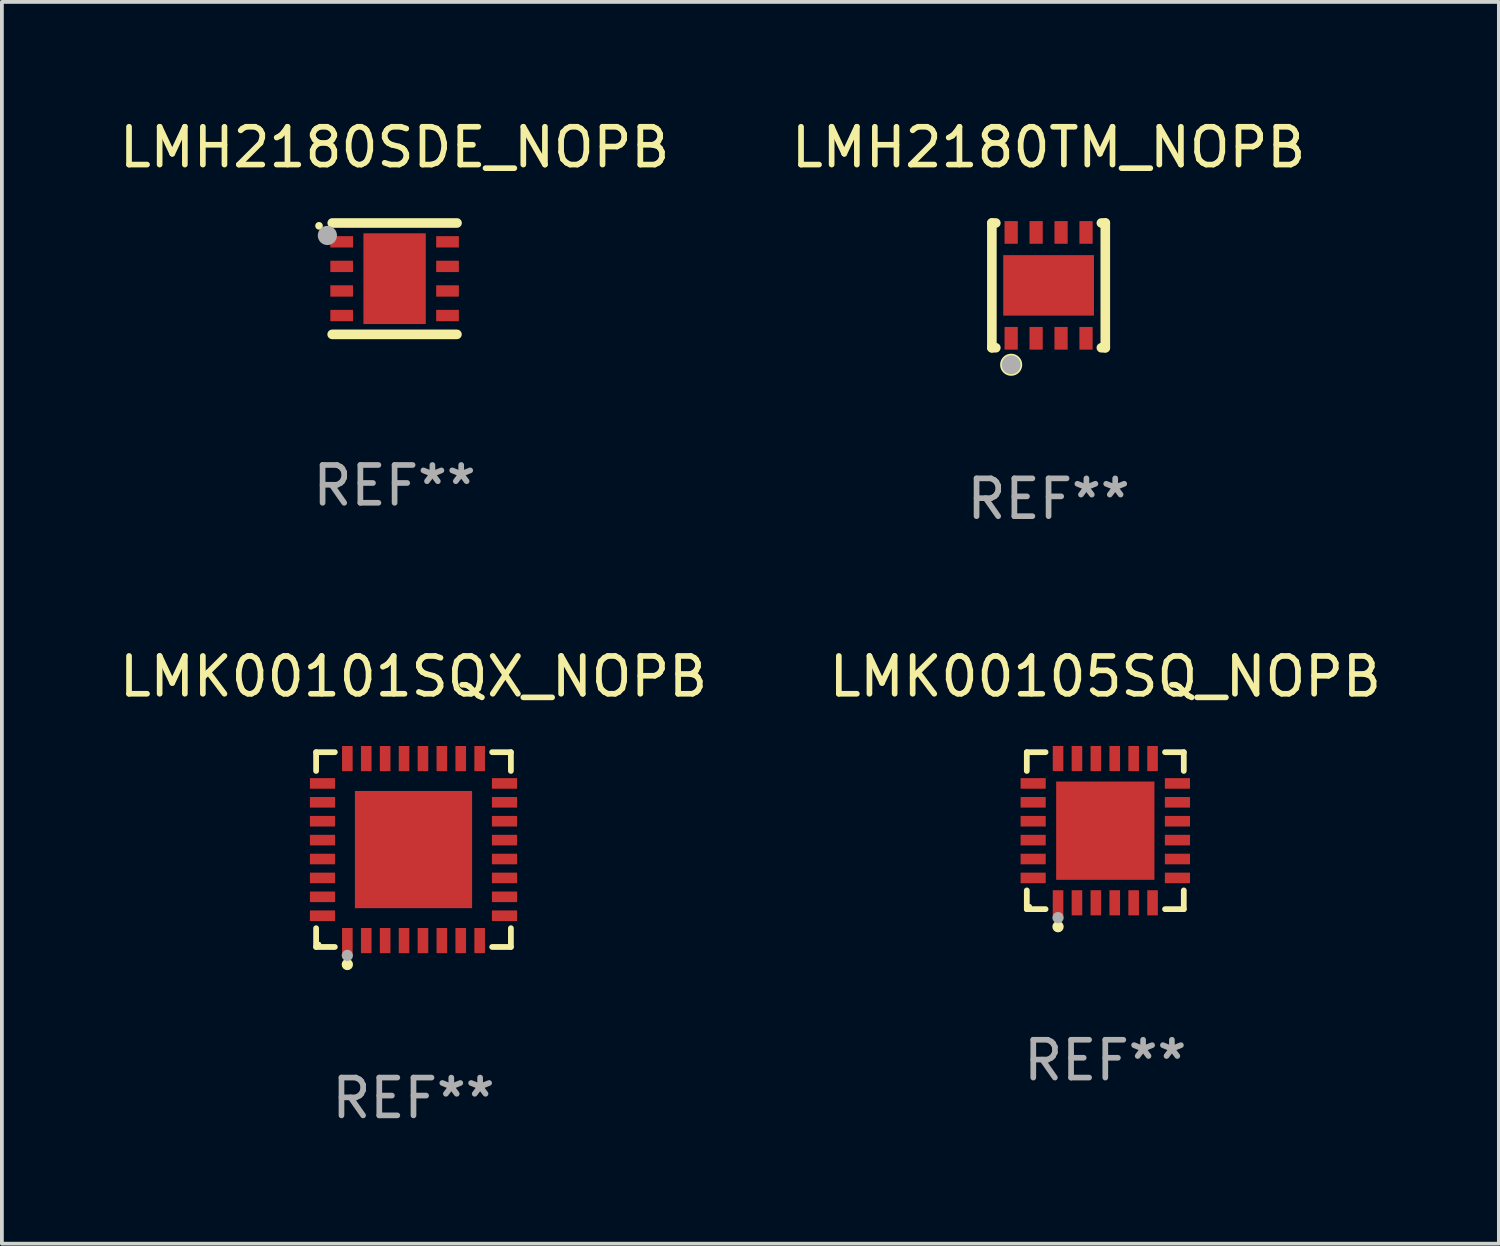
<source format=kicad_pcb>
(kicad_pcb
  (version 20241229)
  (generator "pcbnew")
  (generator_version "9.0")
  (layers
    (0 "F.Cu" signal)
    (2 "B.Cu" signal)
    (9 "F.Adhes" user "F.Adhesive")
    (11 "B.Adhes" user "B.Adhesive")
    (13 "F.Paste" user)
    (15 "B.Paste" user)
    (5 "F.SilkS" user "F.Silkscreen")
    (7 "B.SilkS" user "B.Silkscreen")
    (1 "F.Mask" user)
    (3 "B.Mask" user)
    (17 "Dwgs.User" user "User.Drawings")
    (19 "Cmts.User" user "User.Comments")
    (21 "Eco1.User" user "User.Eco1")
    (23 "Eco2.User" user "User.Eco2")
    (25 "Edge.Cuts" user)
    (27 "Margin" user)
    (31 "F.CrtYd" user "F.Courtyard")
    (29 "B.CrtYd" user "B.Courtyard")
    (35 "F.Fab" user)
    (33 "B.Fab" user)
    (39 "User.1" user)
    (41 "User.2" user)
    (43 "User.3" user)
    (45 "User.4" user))
  (footprint "LMK00101SQX_NOPB"
    (layer "F.Cu")
    (at 7.887 19.421)
    (property "Reference" "LMK00101SQX_NOPB" (at 0 -4.576 0) (layer "F.SilkS") (effects (font (size 1 1) (thickness 0.15))))
    (attr through_hole)
    (fp_line (start -2.576 -2.576) (end -2.08 -2.576) (stroke (width 0.152) (type solid)) (layer "F.SilkS"))
    (fp_line (start -2.576 -2.08) (end -2.576 -2.576) (stroke (width 0.152) (type solid)) (layer "F.SilkS"))
    (fp_line (start -2.576 2.08) (end -2.576 2.576) (stroke (width 0.152) (type solid)) (layer "F.SilkS"))
    (fp_line (start -2.576 2.576) (end -2.08 2.576) (stroke (width 0.152) (type solid)) (layer "F.SilkS"))
    (fp_line (start 2.576 -2.576) (end 2.08 -2.576) (stroke (width 0.152) (type solid)) (layer "F.SilkS"))
    (fp_line (start 2.576 -2.08) (end 2.576 -2.576) (stroke (width 0.152) (type solid)) (layer "F.SilkS"))
    (fp_line (start 2.576 2.08) (end 2.576 2.576) (stroke (width 0.152) (type solid)) (layer "F.SilkS"))
    (fp_line (start 2.576 2.576) (end 2.08 2.576) (stroke (width 0.152) (type solid)) (layer "F.SilkS"))
    (fp_circle (center -2.5 2.5) (end -2.47 2.5) (stroke (width 0.06) (type solid)) (fill no) (layer "F.SilkS"))
    (fp_circle (center -1.75 3.04) (end -1.675 3.04) (stroke (width 0.15) (type solid)) (fill no) (layer "F.SilkS"))
    (fp_circle (center -1.75 2.8) (end -1.675 2.8) (stroke (width 0.15) (type solid)) (fill no) (layer "F.Fab"))
    (fp_text user "REF**" (at 0 6.576 0) (layer "F.Fab") (effects (font (size 1 1) (thickness 0.15))))
    (pad "1" smd rect (at -1.75 2.407) (size 0.28 0.665) (layers "F.Cu" "F.Mask" "F.Paste"))
    (pad "2" smd rect (at -1.25 2.407) (size 0.28 0.665) (layers "F.Cu" "F.Mask" "F.Paste"))
    (pad "3" smd rect (at -0.75 2.407) (size 0.28 0.665) (layers "F.Cu" "F.Mask" "F.Paste"))
    (pad "4" smd rect (at -0.25 2.407) (size 0.28 0.665) (layers "F.Cu" "F.Mask" "F.Paste"))
    (pad "5" smd rect (at 0.25 2.407) (size 0.28 0.665) (layers "F.Cu" "F.Mask" "F.Paste"))
    (pad "6" smd rect (at 0.75 2.407) (size 0.28 0.665) (layers "F.Cu" "F.Mask" "F.Paste"))
    (pad "7" smd rect (at 1.25 2.407) (size 0.28 0.665) (layers "F.Cu" "F.Mask" "F.Paste"))
    (pad "8" smd rect (at 1.75 2.407) (size 0.28 0.665) (layers "F.Cu" "F.Mask" "F.Paste"))
    (pad "9" smd rect (at 2.407 1.75) (size 0.665 0.28) (layers "F.Cu" "F.Mask" "F.Paste"))
    (pad "10" smd rect (at 2.407 1.25) (size 0.665 0.28) (layers "F.Cu" "F.Mask" "F.Paste"))
    (pad "11" smd rect (at 2.407 0.75) (size 0.665 0.28) (layers "F.Cu" "F.Mask" "F.Paste"))
    (pad "12" smd rect (at 2.407 0.25) (size 0.665 0.28) (layers "F.Cu" "F.Mask" "F.Paste"))
    (pad "13" smd rect (at 2.407 -0.25) (size 0.665 0.28) (layers "F.Cu" "F.Mask" "F.Paste"))
    (pad "14" smd rect (at 2.407 -0.75) (size 0.665 0.28) (layers "F.Cu" "F.Mask" "F.Paste"))
    (pad "15" smd rect (at 2.407 -1.25) (size 0.665 0.28) (layers "F.Cu" "F.Mask" "F.Paste"))
    (pad "16" smd rect (at 2.407 -1.75) (size 0.665 0.28) (layers "F.Cu" "F.Mask" "F.Paste"))
    (pad "17" smd rect (at 1.75 -2.407) (size 0.28 0.665) (layers "F.Cu" "F.Mask" "F.Paste"))
    (pad "18" smd rect (at 1.25 -2.407) (size 0.28 0.665) (layers "F.Cu" "F.Mask" "F.Paste"))
    (pad "19" smd rect (at 0.75 -2.407) (size 0.28 0.665) (layers "F.Cu" "F.Mask" "F.Paste"))
    (pad "20" smd rect (at 0.25 -2.407) (size 0.28 0.665) (layers "F.Cu" "F.Mask" "F.Paste"))
    (pad "21" smd rect (at -0.25 -2.407) (size 0.28 0.665) (layers "F.Cu" "F.Mask" "F.Paste"))
    (pad "22" smd rect (at -0.75 -2.407) (size 0.28 0.665) (layers "F.Cu" "F.Mask" "F.Paste"))
    (pad "23" smd rect (at -1.25 -2.407) (size 0.28 0.665) (layers "F.Cu" "F.Mask" "F.Paste"))
    (pad "24" smd rect (at -1.75 -2.407) (size 0.28 0.665) (layers "F.Cu" "F.Mask" "F.Paste"))
    (pad "25" smd rect (at -2.407 -1.75) (size 0.665 0.28) (layers "F.Cu" "F.Mask" "F.Paste"))
    (pad "26" smd rect (at -2.407 -1.25) (size 0.665 0.28) (layers "F.Cu" "F.Mask" "F.Paste"))
    (pad "27" smd rect (at -2.407 -0.75) (size 0.665 0.28) (layers "F.Cu" "F.Mask" "F.Paste"))
    (pad "28" smd rect (at -2.407 -0.25) (size 0.665 0.28) (layers "F.Cu" "F.Mask" "F.Paste"))
    (pad "29" smd rect (at -2.407 0.25) (size 0.665 0.28) (layers "F.Cu" "F.Mask" "F.Paste"))
    (pad "30" smd rect (at -2.407 0.75) (size 0.665 0.28) (layers "F.Cu" "F.Mask" "F.Paste"))
    (pad "31" smd rect (at -2.407 1.25) (size 0.665 0.28) (layers "F.Cu" "F.Mask" "F.Paste"))
    (pad "32" smd rect (at -2.407 1.75) (size 0.665 0.28) (layers "F.Cu" "F.Mask" "F.Paste"))
    (pad "33" smd rect (at 0 0) (size 3.1 3.1) (layers "F.Cu" "F.Mask" "F.Paste")))
  (footprint "LMH2180TM_NOPB"
    (layer "F.Cu")
    (at 24.685 4.498)
    (property "Reference" "LMH2180TM_NOPB" (at 0 -3.65 0) (layer "F.SilkS") (effects (font (size 1 1) (thickness 0.15))))
    (attr through_hole)
    (fp_line (start -1.5 -1.65) (end -1.396 -1.65) (stroke (width 0.254) (type solid)) (layer "F.SilkS"))
    (fp_line (start -1.5 1.65) (end -1.5 -1.65) (stroke (width 0.254) (type solid)) (layer "F.SilkS"))
    (fp_line (start -1.5 1.65) (end -1.396 1.65) (stroke (width 0.254) (type solid)) (layer "F.SilkS"))
    (fp_line (start 1.396 -1.65) (end 1.5 -1.65) (stroke (width 0.254) (type solid)) (layer "F.SilkS"))
    (fp_line (start 1.396 1.65) (end 1.5 1.65) (stroke (width 0.254) (type solid)) (layer "F.SilkS"))
    (fp_line (start 1.5 1.65) (end 1.5 -1.65) (stroke (width 0.254) (type solid)) (layer "F.SilkS"))
    (fp_circle (center -1.5 1.5) (end -1.47 1.5) (stroke (width 0.06) (type solid)) (fill no) (layer "F.SilkS"))
    (fp_circle (center -0.99 2.1) (end -0.825 2.1) (stroke (width 0.254) (type solid)) (fill no) (layer "F.SilkS"))
    (fp_circle (center -0.99 2.1) (end -0.865 2.1) (stroke (width 0.25) (type solid)) (fill no) (layer "F.Fab"))
    (fp_text user "REF**" (at 0 5.65 0) (layer "F.Fab") (effects (font (size 1 1) (thickness 0.15))))
    (pad "1" smd rect (at -0.99 1.4) (size 0.35 0.6) (layers "F.Cu" "F.Mask" "F.Paste"))
    (pad "2" smd rect (at -0.33 1.4) (size 0.35 0.6) (layers "F.Cu" "F.Mask" "F.Paste"))
    (pad "3" smd rect (at 0.33 1.4) (size 0.35 0.6) (layers "F.Cu" "F.Mask" "F.Paste"))
    (pad "4" smd rect (at 0.99 1.4) (size 0.35 0.6) (layers "F.Cu" "F.Mask" "F.Paste"))
    (pad "5" smd rect (at 0.99 -1.4) (size 0.35 0.6) (layers "F.Cu" "F.Mask" "F.Paste"))
    (pad "6" smd rect (at 0.33 -1.4) (size 0.35 0.6) (layers "F.Cu" "F.Mask" "F.Paste"))
    (pad "7" smd rect (at -0.33 -1.4) (size 0.35 0.6) (layers "F.Cu" "F.Mask" "F.Paste"))
    (pad "8" smd rect (at -0.99 -1.4) (size 0.35 0.6) (layers "F.Cu" "F.Mask" "F.Paste"))
    (pad "9" smd rect (at 0.000229 0.000089) (size 2.4 1.6) (layers "F.Cu" "F.Mask" "F.Paste")))
  (footprint "LMH2180SDE_NOPB"
    (layer "F.Cu")
    (at 7.387 4.321)
    (property "Reference" "LMH2180SDE_NOPB" (at 0 -3.473 0) (layer "F.SilkS") (effects (font (size 1 1) (thickness 0.15))))
    (attr through_hole)
    (fp_line (start -1.649 -1.473) (end 1.651 -1.473) (stroke (width 0.254) (type solid)) (layer "F.SilkS"))
    (fp_line (start 1.649 1.473) (end -1.651 1.473) (stroke (width 0.254) (type solid)) (layer "F.SilkS"))
    (fp_arc (start -1.998984 -1.397003) (mid -1.998992 -1.398273) (end -1.998984 -1.399543) (stroke (width 0.2) (type solid)) (layer "F.SilkS"))
    (fp_circle (center -1.5 -1.5) (end -1.47 -1.5) (stroke (width 0.06) (type solid)) (fill no) (layer "F.SilkS"))
    (fp_circle (center -1.778 -1.143) (end -1.651 -1.143) (stroke (width 0.254) (type solid)) (fill no) (layer "F.Fab"))
    (fp_text user "REF**" (at 0 5.473 0) (layer "F.Fab") (effects (font (size 1 1) (thickness 0.15))))
    (pad "1" smd rect (at -1.4 -0.975 270) (size 0.3 0.6) (layers "F.Cu" "F.Mask" "F.Paste"))
    (pad "2" smd rect (at -1.4 -0.325 270) (size 0.3 0.6) (layers "F.Cu" "F.Mask" "F.Paste"))
    (pad "3" smd rect (at -1.4 0.325 270) (size 0.3 0.6) (layers "F.Cu" "F.Mask" "F.Paste"))
    (pad "4" smd rect (at -1.4 0.975 270) (size 0.3 0.6) (layers "F.Cu" "F.Mask" "F.Paste"))
    (pad "5" smd rect (at 1.4 0.975 90) (size 0.3 0.6) (layers "F.Cu" "F.Mask" "F.Paste"))
    (pad "6" smd rect (at 1.4 0.325 90) (size 0.3 0.6) (layers "F.Cu" "F.Mask" "F.Paste"))
    (pad "7" smd rect (at 1.4 -0.325 90) (size 0.3 0.6) (layers "F.Cu" "F.Mask" "F.Paste"))
    (pad "8" smd rect (at 1.4 -0.975 90) (size 0.3 0.6) (layers "F.Cu" "F.Mask" "F.Paste"))
    (pad "9" smd rect (at 0 0 270) (size 2.4 1.65) (layers "F.Cu" "F.Mask" "F.Paste")))
  (footprint "LMK00105SQ_NOPB"
    (layer "F.Cu")
    (at 26.185 18.921)
    (property "Reference" "LMK00105SQ_NOPB" (at 0 -4.076 0) (layer "F.SilkS") (effects (font (size 1 1) (thickness 0.15))))
    (attr through_hole)
    (fp_line (start -2.076 -2.076) (end -1.58 -2.076) (stroke (width 0.152) (type solid)) (layer "F.SilkS"))
    (fp_line (start -2.076 -1.58) (end -2.076 -2.076) (stroke (width 0.152) (type solid)) (layer "F.SilkS"))
    (fp_line (start -2.076 1.58) (end -2.076 2.076) (stroke (width 0.152) (type solid)) (layer "F.SilkS"))
    (fp_line (start -2.076 2.076) (end -1.58 2.076) (stroke (width 0.152) (type solid)) (layer "F.SilkS"))
    (fp_line (start 2.076 -2.076) (end 1.58 -2.076) (stroke (width 0.152) (type solid)) (layer "F.SilkS"))
    (fp_line (start 2.076 -1.58) (end 2.076 -2.076) (stroke (width 0.152) (type solid)) (layer "F.SilkS"))
    (fp_line (start 2.076 1.58) (end 2.076 2.076) (stroke (width 0.152) (type solid)) (layer "F.SilkS"))
    (fp_line (start 2.076 2.076) (end 1.58 2.076) (stroke (width 0.152) (type solid)) (layer "F.SilkS"))
    (fp_circle (center -2 2) (end -1.97 2) (stroke (width 0.06) (type solid)) (fill no) (layer "F.SilkS"))
    (fp_circle (center -1.25 2.54) (end -1.175 2.54) (stroke (width 0.15) (type solid)) (fill no) (layer "F.SilkS"))
    (fp_circle (center -1.25 2.3) (end -1.175 2.3) (stroke (width 0.15) (type solid)) (fill no) (layer "F.Fab"))
    (fp_text user "REF**" (at 0 6.076 0) (layer "F.Fab") (effects (font (size 1 1) (thickness 0.15))))
    (pad "1" smd rect (at -1.25 1.908) (size 0.28 0.665) (layers "F.Cu" "F.Mask" "F.Paste"))
    (pad "2" smd rect (at -0.75 1.908) (size 0.28 0.665) (layers "F.Cu" "F.Mask" "F.Paste"))
    (pad "3" smd rect (at -0.25 1.908) (size 0.28 0.665) (layers "F.Cu" "F.Mask" "F.Paste"))
    (pad "4" smd rect (at 0.25 1.908) (size 0.28 0.665) (layers "F.Cu" "F.Mask" "F.Paste"))
    (pad "5" smd rect (at 0.75 1.908) (size 0.28 0.665) (layers "F.Cu" "F.Mask" "F.Paste"))
    (pad "6" smd rect (at 1.25 1.908) (size 0.28 0.665) (layers "F.Cu" "F.Mask" "F.Paste"))
    (pad "7" smd rect (at 1.908 1.25) (size 0.665 0.28) (layers "F.Cu" "F.Mask" "F.Paste"))
    (pad "8" smd rect (at 1.908 0.75) (size 0.665 0.28) (layers "F.Cu" "F.Mask" "F.Paste"))
    (pad "9" smd rect (at 1.908 0.25) (size 0.665 0.28) (layers "F.Cu" "F.Mask" "F.Paste"))
    (pad "10" smd rect (at 1.908 -0.25) (size 0.665 0.28) (layers "F.Cu" "F.Mask" "F.Paste"))
    (pad "11" smd rect (at 1.908 -0.75) (size 0.665 0.28) (layers "F.Cu" "F.Mask" "F.Paste"))
    (pad "12" smd rect (at 1.908 -1.25) (size 0.665 0.28) (layers "F.Cu" "F.Mask" "F.Paste"))
    (pad "13" smd rect (at 1.25 -1.908) (size 0.28 0.665) (layers "F.Cu" "F.Mask" "F.Paste"))
    (pad "14" smd rect (at 0.75 -1.908) (size 0.28 0.665) (layers "F.Cu" "F.Mask" "F.Paste"))
    (pad "15" smd rect (at 0.25 -1.908) (size 0.28 0.665) (layers "F.Cu" "F.Mask" "F.Paste"))
    (pad "16" smd rect (at -0.25 -1.908) (size 0.28 0.665) (layers "F.Cu" "F.Mask" "F.Paste"))
    (pad "17" smd rect (at -0.75 -1.908) (size 0.28 0.665) (layers "F.Cu" "F.Mask" "F.Paste"))
    (pad "18" smd rect (at -1.25 -1.908) (size 0.28 0.665) (layers "F.Cu" "F.Mask" "F.Paste"))
    (pad "19" smd rect (at -1.908 -1.25) (size 0.665 0.28) (layers "F.Cu" "F.Mask" "F.Paste"))
    (pad "20" smd rect (at -1.908 -0.75) (size 0.665 0.28) (layers "F.Cu" "F.Mask" "F.Paste"))
    (pad "21" smd rect (at -1.908 -0.25) (size 0.665 0.28) (layers "F.Cu" "F.Mask" "F.Paste"))
    (pad "22" smd rect (at -1.908 0.25) (size 0.665 0.28) (layers "F.Cu" "F.Mask" "F.Paste"))
    (pad "23" smd rect (at -1.908 0.75) (size 0.665 0.28) (layers "F.Cu" "F.Mask" "F.Paste"))
    (pad "24" smd rect (at -1.908 1.25) (size 0.665 0.28) (layers "F.Cu" "F.Mask" "F.Paste"))
    (pad "25" smd rect (at 0 0) (size 2.6 2.6) (layers "F.Cu" "F.Mask" "F.Paste")))
  (gr_rect
    (start -3 -3)
    (end 36.595 29.845)
    (stroke (width 0.1) (type default))
    (fill no)
    (layer "Edge.Cuts")))
</source>
